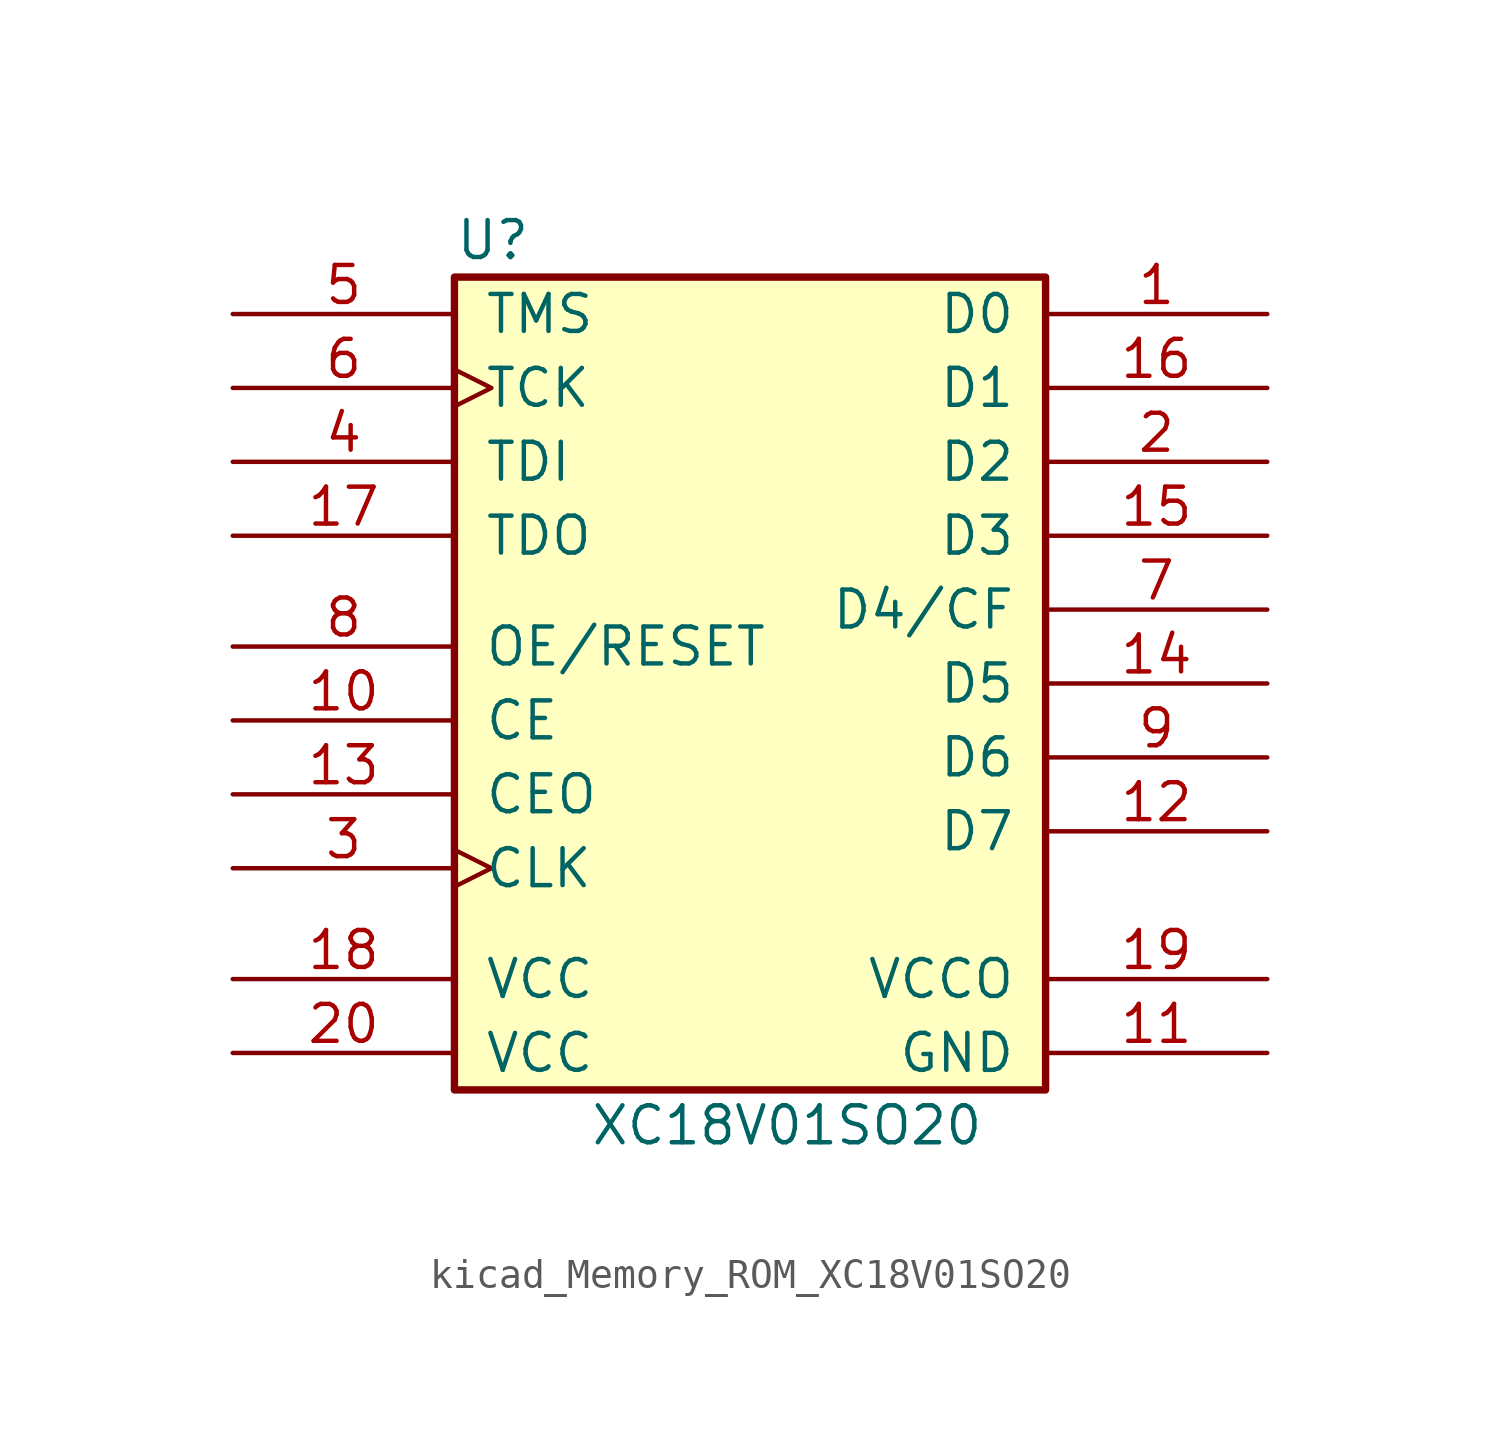
<source format=kicad_sym>
(kicad_symbol_lib
  (version 20220914)
  (generator kicad_symbol_editor)
  (symbol "kicad_Memory_ROM_XC18V01SO20"
    (pin_names
      (offset 1.016))
    (property "Reference" "U"
      (at -8.839 15.24 0)
      (effects (font (size 1.27 1.27))))
    (property "Value" "XC18V01SO20"
      (at 1.27 -15.189 0)
      (effects (font (size 1.27 1.27))))
    (symbol "kicad_Memory_ROM_XC18V01SO20_0_1"
      (rectangle (start -10.16 12.7) (end -10.16 12.7) (stroke (width 0) (type default)) (fill (type none)))
      (rectangle (start -10.16 13.97) (end 10.16 -13.97) (stroke (width 0.254) (type default)) (fill (type background))))
    (symbol "kicad_Memory_ROM_XC18V01SO20_1_1"
      (pin output line (at 17.78 12.7 180) (length 7.62) (name "D0" (effects (font (size 1.27 1.27)))) (number "1" (effects (font (size 1.27 1.27)))))
      (pin input line (at -17.78 -1.27 0) (length 7.62) (name "CE" (effects (font (size 1.27 1.27)))) (number "10" (effects (font (size 1.27 1.27)))))
      (pin power_in line (at 17.78 -12.7 180) (length 7.62) (name "GND" (effects (font (size 1.27 1.27)))) (number "11" (effects (font (size 1.27 1.27)))))
      (pin output line (at 17.78 -5.08 180) (length 7.62) (name "D7" (effects (font (size 1.27 1.27)))) (number "12" (effects (font (size 1.27 1.27)))))
      (pin output line (at -17.78 -3.81 0) (length 7.62) (name "CEO" (effects (font (size 1.27 1.27)))) (number "13" (effects (font (size 1.27 1.27)))))
      (pin output line (at 17.78 0 180) (length 7.62) (name "D5" (effects (font (size 1.27 1.27)))) (number "14" (effects (font (size 1.27 1.27)))))
      (pin output line (at 17.78 5.08 180) (length 7.62) (name "D3" (effects (font (size 1.27 1.27)))) (number "15" (effects (font (size 1.27 1.27)))))
      (pin output line (at 17.78 10.16 180) (length 7.62) (name "D1" (effects (font (size 1.27 1.27)))) (number "16" (effects (font (size 1.27 1.27)))))
      (pin open_collector line (at -17.78 5.08 0) (length 7.62) (name "TDO" (effects (font (size 1.27 1.27)))) (number "17" (effects (font (size 1.27 1.27)))))
      (pin power_in line (at -17.78 -10.16 0) (length 7.62) (name "VCC" (effects (font (size 1.27 1.27)))) (number "18" (effects (font (size 1.27 1.27)))))
      (pin power_in line (at 17.78 -10.16 180) (length 7.62) (name "VCCO" (effects (font (size 1.27 1.27)))) (number "19" (effects (font (size 1.27 1.27)))))
      (pin output line (at 17.78 7.62 180) (length 7.62) (name "D2" (effects (font (size 1.27 1.27)))) (number "2" (effects (font (size 1.27 1.27)))))
      (pin power_in line (at -17.78 -12.7 0) (length 7.62) (name "VCC" (effects (font (size 1.27 1.27)))) (number "20" (effects (font (size 1.27 1.27)))))
      (pin input clock (at -17.78 -6.35 0) (length 7.62) (name "CLK" (effects (font (size 1.27 1.27)))) (number "3" (effects (font (size 1.27 1.27)))))
      (pin input line (at -17.78 7.62 0) (length 7.62) (name "TDI" (effects (font (size 1.27 1.27)))) (number "4" (effects (font (size 1.27 1.27)))))
      (pin input line (at -17.78 12.7 0) (length 7.62) (name "TMS" (effects (font (size 1.27 1.27)))) (number "5" (effects (font (size 1.27 1.27)))))
      (pin input clock (at -17.78 10.16 0) (length 7.62) (name "TCK" (effects (font (size 1.27 1.27)))) (number "6" (effects (font (size 1.27 1.27)))))
      (pin open_collector line (at 17.78 2.54 180) (length 7.62) (name "D4/CF" (effects (font (size 1.27 1.27)))) (number "7" (effects (font (size 1.27 1.27)))))
      (pin input line (at -17.78 1.27 0) (length 7.62) (name "OE/RESET" (effects (font (size 1.27 1.27)))) (number "8" (effects (font (size 1.27 1.27)))))
      (pin output line (at 17.78 -2.54 180) (length 7.62) (name "D6" (effects (font (size 1.27 1.27)))) (number "9" (effects (font (size 1.27 1.27))))))))
</source>
